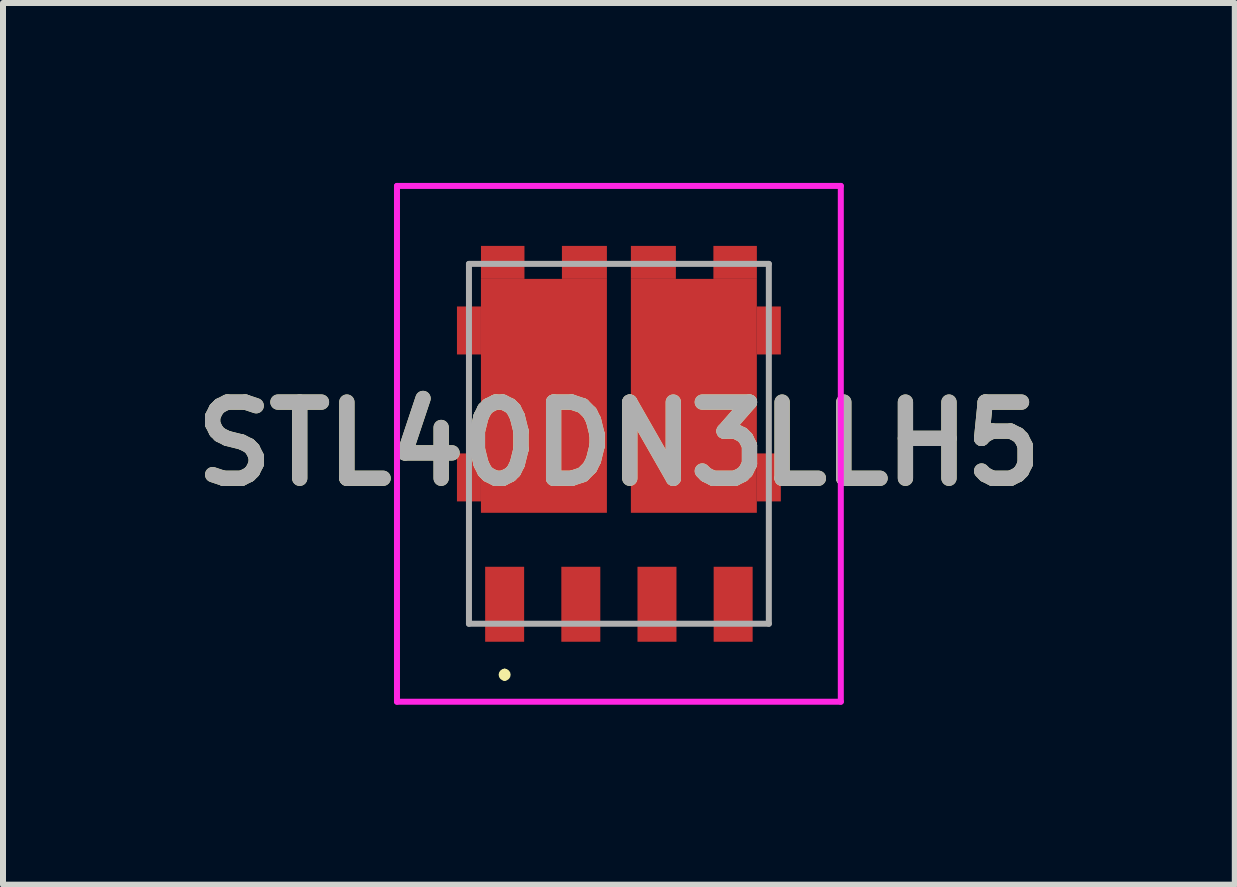
<source format=kicad_pcb>
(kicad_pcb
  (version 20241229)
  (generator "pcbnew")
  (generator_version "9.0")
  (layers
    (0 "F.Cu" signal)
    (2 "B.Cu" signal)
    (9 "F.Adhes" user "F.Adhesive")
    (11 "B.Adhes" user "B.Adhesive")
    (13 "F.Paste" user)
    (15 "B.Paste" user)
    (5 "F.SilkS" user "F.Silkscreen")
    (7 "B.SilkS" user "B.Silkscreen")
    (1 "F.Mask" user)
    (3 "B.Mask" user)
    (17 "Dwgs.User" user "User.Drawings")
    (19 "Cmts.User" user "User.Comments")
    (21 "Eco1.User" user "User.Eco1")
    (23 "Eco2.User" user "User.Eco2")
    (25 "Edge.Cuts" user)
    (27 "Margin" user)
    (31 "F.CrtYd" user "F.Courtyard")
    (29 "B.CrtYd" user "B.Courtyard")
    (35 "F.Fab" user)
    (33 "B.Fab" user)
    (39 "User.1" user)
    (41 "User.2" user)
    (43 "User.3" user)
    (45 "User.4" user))
  (footprint "STL40DN3LLH5"
    (layer "F.Cu")
    (at 7.269 4.35)
    (property "Reference" "STL40DN3LLH5" (at 0 0 0) (layer "F.SilkS") (effects (font (size 1.27 1.27) (thickness 0.254))))
    (attr smd)
    (fp_line (start -1.905 3.8) (end -1.905 3.8) (stroke (width 0.1) (type solid)) (layer "F.SilkS"))
    (fp_line (start -1.905 3.9) (end -1.905 3.9) (stroke (width 0.1) (type solid)) (layer "F.SilkS"))
    (fp_arc (start -1.905 3.8) (mid -1.855 3.85) (end -1.905 3.9) (stroke (width 0.1) (type solid)) (layer "F.SilkS"))
    (fp_arc (start -1.905 3.9) (mid -1.955 3.85) (end -1.905 3.8) (stroke (width 0.1) (type solid)) (layer "F.SilkS"))
    (fp_line (start -3.7 -4.3) (end 3.7 -4.3) (stroke (width 0.1) (type solid)) (layer "F.CrtYd"))
    (fp_line (start -3.7 4.3) (end -3.7 -4.3) (stroke (width 0.1) (type solid)) (layer "F.CrtYd"))
    (fp_line (start 3.7 -4.3) (end 3.7 4.3) (stroke (width 0.1) (type solid)) (layer "F.CrtYd"))
    (fp_line (start 3.7 4.3) (end -3.7 4.3) (stroke (width 0.1) (type solid)) (layer "F.CrtYd"))
    (fp_line (start -2.5 -3) (end 2.5 -3) (stroke (width 0.1) (type solid)) (layer "F.Fab"))
    (fp_line (start -2.5 3) (end -2.5 -3) (stroke (width 0.1) (type solid)) (layer "F.Fab"))
    (fp_line (start 2.5 -3) (end 2.5 3) (stroke (width 0.1) (type solid)) (layer "F.Fab"))
    (fp_line (start 2.5 3) (end -2.5 3) (stroke (width 0.1) (type solid)) (layer "F.Fab"))
    (fp_text user "${REFERENCE}" (at 0 0 0) (layer "F.Fab") (effects (font (size 1.27 1.27) (thickness 0.254))))
    (pad "1" smd rect (at -1.905 2.675) (size 0.65 1.25) (layers "F.Cu" "F.Mask" "F.Paste"))
    (pad "2" smd rect (at -0.635 2.675) (size 0.65 1.25) (layers "F.Cu" "F.Mask" "F.Paste"))
    (pad "3" smd rect (at 0.635 2.675) (size 0.65 1.25) (layers "F.Cu" "F.Mask" "F.Paste"))
    (pad "4" smd rect (at 1.905 2.675) (size 0.65 1.25) (layers "F.Cu" "F.Mask" "F.Paste"))
    (pad "5" smd rect (at 0.575 -3.025 90) (size 0.55 0.75) (layers "F.Cu" "F.Mask" "F.Paste"))
    (pad "5" smd rect (at 1.25 -0.8) (size 2.1 3.9) (layers "F.Cu" "F.Mask" "F.Paste"))
    (pad "5" smd rect (at 1.938 -3.025 90) (size 0.55 0.725) (layers "F.Cu" "F.Mask" "F.Paste"))
    (pad "5" smd rect (at 2.5 -1.89) (size 0.4 0.8) (layers "F.Cu" "F.Mask" "F.Paste"))
    (pad "5" smd rect (at 2.5 0.56) (size 0.4 0.8) (layers "F.Cu" "F.Mask" "F.Paste"))
    (pad "6" smd rect (at -2.5 -1.89) (size 0.4 0.8) (layers "F.Cu" "F.Mask" "F.Paste"))
    (pad "6" smd rect (at -2.5 0.56) (size 0.4 0.8) (layers "F.Cu" "F.Mask" "F.Paste"))
    (pad "6" smd rect (at -1.937 -3.025 90) (size 0.55 0.725) (layers "F.Cu" "F.Mask" "F.Paste"))
    (pad "6" smd rect (at -1.25 -0.8) (size 2.1 3.9) (layers "F.Cu" "F.Mask" "F.Paste"))
    (pad "6" smd rect (at -0.575 -3.025 90) (size 0.55 0.75) (layers "F.Cu" "F.Mask" "F.Paste")))
  (gr_rect
    (start -3 -3)
    (end 17.538 11.7)
    (stroke (width 0.1) (type default))
    (fill no)
    (layer "Edge.Cuts")))
</source>
